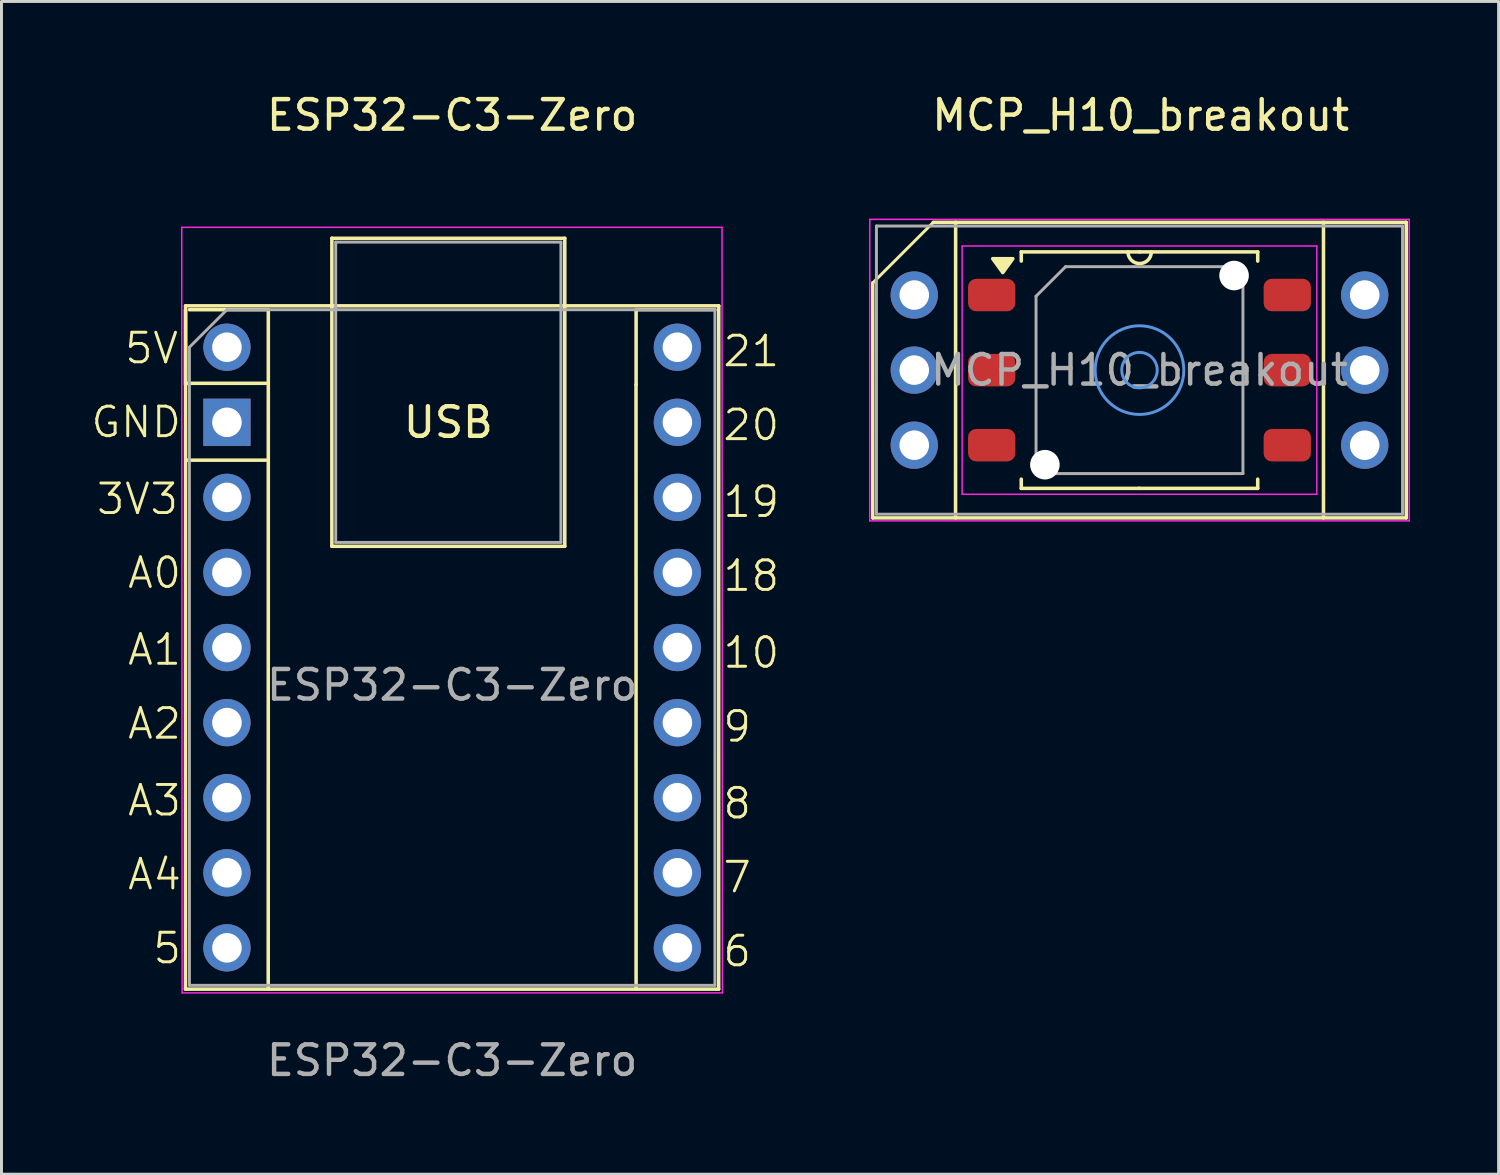
<source format=kicad_pcb>
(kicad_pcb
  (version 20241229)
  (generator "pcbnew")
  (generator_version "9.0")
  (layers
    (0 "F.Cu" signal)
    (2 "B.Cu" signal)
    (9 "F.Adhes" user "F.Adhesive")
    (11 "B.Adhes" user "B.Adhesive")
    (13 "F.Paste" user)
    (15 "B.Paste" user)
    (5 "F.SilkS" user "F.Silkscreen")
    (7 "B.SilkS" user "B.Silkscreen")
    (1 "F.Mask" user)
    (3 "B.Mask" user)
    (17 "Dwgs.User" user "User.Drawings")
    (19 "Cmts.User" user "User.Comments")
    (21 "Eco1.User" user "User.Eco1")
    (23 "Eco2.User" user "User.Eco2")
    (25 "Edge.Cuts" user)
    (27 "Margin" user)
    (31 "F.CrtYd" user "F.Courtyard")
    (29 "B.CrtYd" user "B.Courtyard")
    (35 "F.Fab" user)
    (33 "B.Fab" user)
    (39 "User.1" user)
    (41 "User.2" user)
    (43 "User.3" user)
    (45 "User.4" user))
  (footprint "ESP32-C3-Zero"
    (layer "F.Cu")
    (at 12.248 29.018)
    (property "Reference" "ESP32-C3-Zero" (at 0 -28.17 0) (unlocked yes) (layer "F.SilkS") (effects (font (size 1 1) (thickness 0.15))))
    (attr smd)
    (fp_line (start -9.023 1.397) (end 9.017 1.397) (stroke (width 0.12) (type solid)) (layer "F.SilkS"))
    (fp_line (start -9.02 -21.72) (end -9.02 -19.05) (stroke (width 0.12) (type solid)) (layer "F.SilkS"))
    (fp_line (start -9.02 -21.59) (end -9.023 1.397) (stroke (width 0.12) (type solid)) (layer "F.SilkS"))
    (fp_line (start -8.89 -21.59) (end -6.22 -21.59) (stroke (width 0.12) (type solid)) (layer "F.SilkS"))
    (fp_line (start -6.3 -19.1) (end -8.97 -19.1) (stroke (width 0.12) (type solid)) (layer "F.SilkS"))
    (fp_line (start -6.3 -16.5) (end -8.97 -16.5) (stroke (width 0.12) (type solid)) (layer "F.SilkS"))
    (fp_line (start -6.22 -21.59) (end -6.223 1.4) (stroke (width 0.12) (type solid)) (layer "F.SilkS"))
    (fp_line (start -4.07 -24.006) (end 3.81 -24.006) (stroke (width 0.12) (type solid)) (layer "F.SilkS"))
    (fp_line (start -4.07 -13.586) (end -4.07 -24.006) (stroke (width 0.12) (type solid)) (layer "F.SilkS"))
    (fp_line (start 3.81 -24.006) (end 3.81 -13.586) (stroke (width 0.12) (type solid)) (layer "F.SilkS"))
    (fp_line (start 3.81 -13.586) (end -4.07 -13.586) (stroke (width 0.12) (type solid)) (layer "F.SilkS"))
    (fp_line (start 6.22 -19.05) (end 6.223 1.4) (stroke (width 0.12) (type solid)) (layer "F.SilkS"))
    (fp_line (start 6.223 -19.05) (end 6.223 -21.59) (stroke (width 0.12) (type solid)) (layer "F.SilkS"))
    (fp_line (start 8.89 -21.59) (end 6.22 -21.59) (stroke (width 0.12) (type solid)) (layer "F.SilkS"))
    (fp_line (start 9.017 1.397) (end 9.02 -21.72) (stroke (width 0.12) (type solid)) (layer "F.SilkS"))
    (fp_line (start 9.02 -21.72) (end -9.02 -21.72) (stroke (width 0.12) (type solid)) (layer "F.SilkS"))
    (fp_line (start -9.15 -24.376) (end -9.136 1.524) (stroke (width 0.05) (type solid)) (layer "F.CrtYd"))
    (fp_line (start -9.15 -24.376) (end 9.13 -24.376) (stroke (width 0.05) (type solid)) (layer "F.CrtYd"))
    (fp_line (start 9.144 1.524) (end -9.136 1.524) (stroke (width 0.05) (type solid)) (layer "F.CrtYd"))
    (fp_line (start 9.144 1.524) (end 9.13 -24.376) (stroke (width 0.05) (type solid)) (layer "F.CrtYd"))
    (fp_line (start -8.89 -20.32) (end -7.62 -21.59) (stroke (width 0.1) (type solid)) (layer "F.Fab"))
    (fp_line (start -8.89 1.27) (end -8.89 -20.32) (stroke (width 0.1) (type solid)) (layer "F.Fab"))
    (fp_line (start -7.62 -21.59) (end 8.89 -21.59) (stroke (width 0.1) (type solid)) (layer "F.Fab"))
    (fp_line (start -3.94 -23.876) (end 3.68 -23.876) (stroke (width 0.1) (type solid)) (layer "F.Fab"))
    (fp_line (start -3.94 -13.716) (end -3.94 -23.876) (stroke (width 0.1) (type solid)) (layer "F.Fab"))
    (fp_line (start 3.68 -23.876) (end 3.68 -13.716) (stroke (width 0.1) (type solid)) (layer "F.Fab"))
    (fp_line (start 3.68 -13.716) (end -3.94 -13.716) (stroke (width 0.1) (type solid)) (layer "F.Fab"))
    (fp_line (start 8.89 -21.59) (end 8.89 1.27) (stroke (width 0.1) (type solid)) (layer "F.Fab"))
    (fp_line (start 8.89 1.27) (end -8.89 1.27) (stroke (width 0.1) (type solid)) (layer "F.Fab"))
    (fp_text user "A4" (at -9.1 -1.9 0) (unlocked yes) (layer "F.SilkS") (effects (font (size 1 1) (thickness 0.1)) (justify right bottom)))
    (fp_text user "3V3" (at -9.2 -14.6 0) (unlocked yes) (layer "F.SilkS") (effects (font (size 1 1) (thickness 0.1)) (justify right bottom)))
    (fp_text user "21" (at 9.1 -19.6 0) (unlocked yes) (layer "F.SilkS") (effects (font (size 1 1) (thickness 0.1)) (justify left bottom)))
    (fp_text user "9" (at 9.1 -6.9 0) (unlocked yes) (layer "F.SilkS") (effects (font (size 1 1) (thickness 0.1)) (justify left bottom)))
    (fp_text user "A2" (at -9.1 -7 0) (unlocked yes) (layer "F.SilkS") (effects (font (size 1 1) (thickness 0.1)) (justify right bottom)))
    (fp_text user "19" (at 9.1 -14.5 0) (unlocked yes) (layer "F.SilkS") (effects (font (size 1 1) (thickness 0.1)) (justify left bottom)))
    (fp_text user "7" (at 9.1 -1.8 0) (unlocked yes) (layer "F.SilkS") (effects (font (size 1 1) (thickness 0.1)) (justify left bottom)))
    (fp_text user "10" (at 9.1 -9.4 0) (unlocked yes) (layer "F.SilkS") (effects (font (size 1 1) (thickness 0.1)) (justify left bottom)))
    (fp_text user "8" (at 9.1 -4.3 0) (unlocked yes) (layer "F.SilkS") (effects (font (size 1 1) (thickness 0.1)) (justify left bottom)))
    (fp_text user "5" (at -9.1 0.6 0) (unlocked yes) (layer "F.SilkS") (effects (font (size 1 1) (thickness 0.1)) (justify right bottom)))
    (fp_text user "18" (at 9.1 -12 0) (unlocked yes) (layer "F.SilkS") (effects (font (size 1 1) (thickness 0.1)) (justify left bottom)))
    (fp_text user "A3" (at -9.1 -4.4 0) (unlocked yes) (layer "F.SilkS") (effects (font (size 1 1) (thickness 0.1)) (justify right bottom)))
    (fp_text user "5V" (at -9.2 -19.7 0) (unlocked yes) (layer "F.SilkS") (effects (font (size 1 1) (thickness 0.1)) (justify right bottom)))
    (fp_text user "6" (at 9.1 0.7 0) (unlocked yes) (layer "F.SilkS") (effects (font (size 1 1) (thickness 0.1)) (justify left bottom)))
    (fp_text user "GND" (at -9.1 -17.2 0) (unlocked yes) (layer "F.SilkS") (effects (font (size 1 1) (thickness 0.1)) (justify right bottom)))
    (fp_text user "A0" (at -9.1 -12.1 0) (unlocked yes) (layer "F.SilkS") (effects (font (size 1 1) (thickness 0.1)) (justify right bottom)))
    (fp_text user "USB" (at -0.13 -17.78 0) (unlocked yes) (layer "F.SilkS") (effects (font (size 1 1) (thickness 0.15))))
    (fp_text user "20" (at 9.1 -17.1 0) (unlocked yes) (layer "F.SilkS") (effects (font (size 1 1) (thickness 0.1)) (justify left bottom)))
    (fp_text user "A1" (at -9.1 -9.5 0) (unlocked yes) (layer "F.SilkS") (effects (font (size 1 1) (thickness 0.1)) (justify right bottom)))
    (fp_text user "${REFERENCE}" (at 0 -8.89 180) (layer "F.Fab") (effects (font (size 1 1) (thickness 0.15))))
    (fp_text user "${REFERENCE}" (at 0 3.81 0) (unlocked yes) (layer "F.Fab") (effects (font (size 1 1) (thickness 0.15))))
    (pad "1" thru_hole oval (at -7.62 -20.32) (size 1.6 1.6) (drill 1) (layers "*.Cu" "*.Mask"))
    (pad "2" thru_hole rect (at -7.62 -17.78) (size 1.6 1.6) (drill 1) (layers "*.Cu" "*.Mask"))
    (pad "3" thru_hole oval (at -7.62 -15.24) (size 1.6 1.6) (drill 1) (layers "*.Cu" "*.Mask"))
    (pad "4" thru_hole oval (at -7.62 -12.7) (size 1.6 1.6) (drill 1) (layers "*.Cu" "*.Mask"))
    (pad "5" thru_hole oval (at -7.62 -10.16) (size 1.6 1.6) (drill 1) (layers "*.Cu" "*.Mask"))
    (pad "6" thru_hole oval (at -7.62 -7.62) (size 1.6 1.6) (drill 1) (layers "*.Cu" "*.Mask"))
    (pad "7" thru_hole oval (at -7.62 -5.08) (size 1.6 1.6) (drill 1) (layers "*.Cu" "*.Mask"))
    (pad "8" thru_hole oval (at -7.62 -2.54) (size 1.6 1.6) (drill 1) (layers "*.Cu" "*.Mask"))
    (pad "9" thru_hole oval (at -7.62 0) (size 1.6 1.6) (drill 1) (layers "*.Cu" "*.Mask"))
    (pad "10" thru_hole oval (at 7.62 0) (size 1.6 1.6) (drill 1) (layers "*.Cu" "*.Mask"))
    (pad "11" thru_hole oval (at 7.62 -2.54) (size 1.6 1.6) (drill 1) (layers "*.Cu" "*.Mask"))
    (pad "12" thru_hole oval (at 7.62 -5.08) (size 1.6 1.6) (drill 1) (layers "*.Cu" "*.Mask"))
    (pad "13" thru_hole oval (at 7.62 -7.62) (size 1.6 1.6) (drill 1) (layers "*.Cu" "*.Mask"))
    (pad "14" thru_hole oval (at 7.62 -10.16) (size 1.6 1.6) (drill 1) (layers "*.Cu" "*.Mask"))
    (pad "15" thru_hole oval (at 7.62 -12.7) (size 1.6 1.6) (drill 1) (layers "*.Cu" "*.Mask"))
    (pad "16" thru_hole oval (at 7.62 -15.24) (size 1.6 1.6) (drill 1) (layers "*.Cu" "*.Mask"))
    (pad "17" thru_hole oval (at 7.62 -17.78) (size 1.6 1.6) (drill 1) (layers "*.Cu" "*.Mask"))
    (pad "18" thru_hole oval (at 7.62 -20.32) (size 1.6 1.6) (drill 1) (layers "*.Cu" "*.Mask")))
  (footprint "MCP_H10_breakout"
    (layer "F.Cu")
    (at 35.502 9.472)
    (property "Reference" "MCP_H10_breakout" (at 0.04 -8.624 0) (unlocked yes) (layer "F.SilkS") (effects (font (size 1 1) (thickness 0.15))))
    (attr smd)
    (fp_line (start -9.025 -2.95) (end -9.025 5) (stroke (width 0.12) (type solid)) (layer "F.SilkS"))
    (fp_line (start -9.025 5) (end 9.025 5) (stroke (width 0.12) (type solid)) (layer "F.SilkS"))
    (fp_line (start -6.975 -5) (end -9.025 -2.95) (stroke (width 0.1) (type default)) (layer "F.SilkS"))
    (fp_line (start -6.22 -5) (end -6.223 5) (stroke (width 0.12) (type solid)) (layer "F.SilkS"))
    (fp_line (start -4 -4) (end -4 -3.69) (stroke (width 0.12) (type solid)) (layer "F.SilkS"))
    (fp_line (start -4 4) (end -4 3.69) (stroke (width 0.12) (type solid)) (layer "F.SilkS"))
    (fp_line (start -0.01 4) (end -4 4) (stroke (width 0.12) (type solid)) (layer "F.SilkS"))
    (fp_line (start -0.01 4) (end 4 4) (stroke (width 0.12) (type solid)) (layer "F.SilkS"))
    (fp_line (start 0 -4) (end 4 -4) (stroke (width 0.12) (type solid)) (layer "F.SilkS"))
    (fp_line (start 0.005 -4) (end -4 -4) (stroke (width 0.12) (type solid)) (layer "F.SilkS"))
    (fp_line (start 4 -4) (end 4 -3.69) (stroke (width 0.12) (type solid)) (layer "F.SilkS"))
    (fp_line (start 4 4) (end 4 3.69) (stroke (width 0.12) (type solid)) (layer "F.SilkS"))
    (fp_line (start 6.225 -5) (end 6.225 5) (stroke (width 0.12) (type solid)) (layer "F.SilkS"))
    (fp_line (start 9.025 -5) (end -6.975 -5) (stroke (width 0.12) (type solid)) (layer "F.SilkS"))
    (fp_line (start 9.025 5) (end 9.025 -5) (stroke (width 0.12) (type solid)) (layer "F.SilkS"))
    (fp_arc (start 0.4 -4) (mid 0.005 -3.605) (end -0.39 -4) (stroke (width 0.12) (type default)) (layer "F.SilkS"))
    (fp_poly (pts (xy -4.625 -3.3) (xy -4.965 -3.77) (xy -4.285 -3.77) (xy -4.625 -3.3)) (stroke (width 0.12) (type solid)) (fill yes) (layer "F.SilkS"))
    (fp_circle (center 0 0) (end 0.6 0) (stroke (width 0.1) (type default)) (fill no) (layer "Cmts.User"))
    (fp_circle (center 0 0) (end 1.5 0) (stroke (width 0.1) (type default)) (fill no) (layer "Cmts.User"))
    (fp_line (start -9.125 -5.1) (end -9.125 5.1) (stroke (width 0.05) (type solid)) (layer "F.CrtYd"))
    (fp_line (start -9.125 -5.1) (end 9.125 -5.1) (stroke (width 0.05) (type solid)) (layer "F.CrtYd"))
    (fp_line (start -6 -4.2) (end -6 4.2) (stroke (width 0.05) (type solid)) (layer "F.CrtYd"))
    (fp_line (start -6 4.2) (end 6 4.2) (stroke (width 0.05) (type solid)) (layer "F.CrtYd"))
    (fp_line (start 6 -4.2) (end -6 -4.2) (stroke (width 0.05) (type solid)) (layer "F.CrtYd"))
    (fp_line (start 6 4.2) (end 6 -4.2) (stroke (width 0.05) (type solid)) (layer "F.CrtYd"))
    (fp_line (start 9.125 5.1) (end -9.125 5.1) (stroke (width 0.05) (type solid)) (layer "F.CrtYd"))
    (fp_line (start 9.125 5.1) (end 9.125 -5.1) (stroke (width 0.05) (type solid)) (layer "F.CrtYd"))
    (fp_line (start -8.9 -4.875) (end 8.9 -4.875) (stroke (width 0.1) (type solid)) (layer "F.Fab"))
    (fp_line (start -8.9 4.875) (end -8.9 -4.875) (stroke (width 0.1) (type solid)) (layer "F.Fab"))
    (fp_line (start -3.5 -2.5) (end -2.5 -3.5) (stroke (width 0.1) (type solid)) (layer "F.Fab"))
    (fp_line (start -3.5 3.5) (end -3.5 -2.5) (stroke (width 0.1) (type solid)) (layer "F.Fab"))
    (fp_line (start -2.5 -3.5) (end 3.5 -3.5) (stroke (width 0.1) (type solid)) (layer "F.Fab"))
    (fp_line (start 3.5 -3.5) (end 3.5 3.5) (stroke (width 0.1) (type solid)) (layer "F.Fab"))
    (fp_line (start 3.5 3.5) (end -3.5 3.5) (stroke (width 0.1) (type solid)) (layer "F.Fab"))
    (fp_line (start 8.9 -4.875) (end 8.9 4.875) (stroke (width 0.1) (type solid)) (layer "F.Fab"))
    (fp_line (start 8.9 4.875) (end -8.9 4.875) (stroke (width 0.1) (type solid)) (layer "F.Fab"))
    (fp_text user "${REFERENCE}" (at 0 0 0) (layer "F.Fab") (effects (font (size 1 1) (thickness 0.15))))
    (pad "" np_thru_hole circle (at -3.2 3.2) (size 1 1) (drill 1) (layers "*.Cu" "*.Mask"))
    (pad "" np_thru_hole circle (at 3.2 -3.2) (size 1 1) (drill 1) (layers "*.Cu" "*.Mask"))
    (pad "1" thru_hole oval (at -7.62 -2.54) (size 1.6 1.6) (drill 1) (layers "*.Cu" "*.Mask"))
    (pad "1" smd roundrect (at -5 -2.54) (size 1.6 1.1) (layers "F.Cu" "F.Mask" "F.Paste") (roundrect_rratio 0.25))
    (pad "2" thru_hole oval (at -7.62 0) (size 1.6 1.6) (drill 1) (layers "*.Cu" "*.Mask"))
    (pad "2" smd roundrect (at -5 0) (size 1.6 1.1) (layers "F.Cu" "F.Mask" "F.Paste") (roundrect_rratio 0.25))
    (pad "3" thru_hole oval (at -7.62 2.54) (size 1.6 1.6) (drill 1) (layers "*.Cu" "*.Mask"))
    (pad "3" smd roundrect (at -5 2.54) (size 1.6 1.1) (layers "F.Cu" "F.Mask" "F.Paste") (roundrect_rratio 0.25))
    (pad "4" smd roundrect (at 5 2.54) (size 1.6 1.1) (layers "F.Cu" "F.Mask" "F.Paste") (roundrect_rratio 0.25))
    (pad "4" thru_hole oval (at 7.62 2.54) (size 1.6 1.6) (drill 1) (layers "*.Cu" "*.Mask"))
    (pad "5" smd roundrect (at 5 0) (size 1.6 1.1) (layers "F.Cu" "F.Mask" "F.Paste") (roundrect_rratio 0.25))
    (pad "5" thru_hole oval (at 7.62 0) (size 1.6 1.6) (drill 1) (layers "*.Cu" "*.Mask"))
    (pad "6" smd roundrect (at 5 -2.54) (size 1.6 1.1) (layers "F.Cu" "F.Mask" "F.Paste") (roundrect_rratio 0.25))
    (pad "6" thru_hole oval (at 7.62 -2.54) (size 1.6 1.6) (drill 1) (layers "*.Cu" "*.Mask")))
  (gr_rect
    (start -3 -3)
    (end 47.652 36.676)
    (stroke (width 0.1) (type default))
    (fill no)
    (layer "Edge.Cuts")))
</source>
